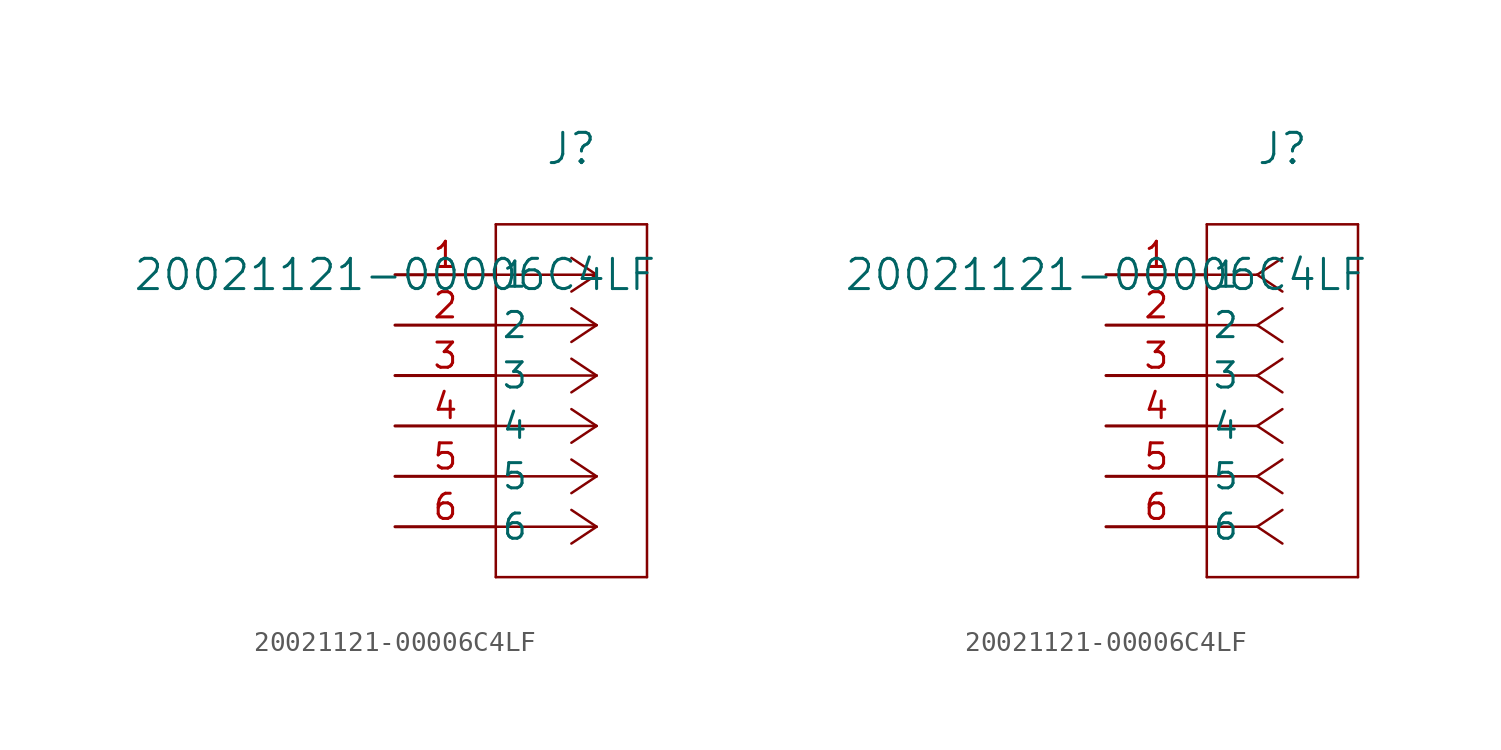
<source format=kicad_sym>
(kicad_symbol_lib
  (version 20211014)
  (generator kicad_symbol_editor)
  (symbol "20021121-00006C4LF"
    (pin_names
      (offset 0.254))
    (property "Reference" "J"
      (at 8.89 6.35 0)
      (effects (font (size 1.524 1.524))))
    (property "Value" "20021121-00006C4LF"
      (at 0 0 0)
      (effects (font (size 1.524 1.524))))
    (symbol "20021121-00006C4LF_1_1"
      (polyline (pts (xy 10.16 0) (xy 5.08 0)) (stroke (width 0.127) (type default) (color 0 0 0 0)) (fill (type none)))
      (polyline (pts (xy 10.16 -2.54) (xy 5.08 -2.54)) (stroke (width 0.127) (type default) (color 0 0 0 0)) (fill (type none)))
      (polyline (pts (xy 10.16 -5.08) (xy 5.08 -5.08)) (stroke (width 0.127) (type default) (color 0 0 0 0)) (fill (type none)))
      (polyline (pts (xy 10.16 -7.62) (xy 5.08 -7.62)) (stroke (width 0.127) (type default) (color 0 0 0 0)) (fill (type none)))
      (polyline (pts (xy 10.16 -10.16) (xy 5.08 -10.16)) (stroke (width 0.127) (type default) (color 0 0 0 0)) (fill (type none)))
      (polyline (pts (xy 10.16 -12.7) (xy 5.08 -12.7)) (stroke (width 0.127) (type default) (color 0 0 0 0)) (fill (type none)))
      (polyline (pts (xy 10.16 0) (xy 8.89 0.847)) (stroke (width 0.127) (type default) (color 0 0 0 0)) (fill (type none)))
      (polyline (pts (xy 10.16 -2.54) (xy 8.89 -1.693)) (stroke (width 0.127) (type default) (color 0 0 0 0)) (fill (type none)))
      (polyline (pts (xy 10.16 -5.08) (xy 8.89 -4.233)) (stroke (width 0.127) (type default) (color 0 0 0 0)) (fill (type none)))
      (polyline (pts (xy 10.16 -7.62) (xy 8.89 -6.773)) (stroke (width 0.127) (type default) (color 0 0 0 0)) (fill (type none)))
      (polyline (pts (xy 10.16 -10.16) (xy 8.89 -9.313)) (stroke (width 0.127) (type default) (color 0 0 0 0)) (fill (type none)))
      (polyline (pts (xy 10.16 -12.7) (xy 8.89 -11.853)) (stroke (width 0.127) (type default) (color 0 0 0 0)) (fill (type none)))
      (polyline (pts (xy 10.16 0) (xy 8.89 -0.847)) (stroke (width 0.127) (type default) (color 0 0 0 0)) (fill (type none)))
      (polyline (pts (xy 10.16 -2.54) (xy 8.89 -3.387)) (stroke (width 0.127) (type default) (color 0 0 0 0)) (fill (type none)))
      (polyline (pts (xy 10.16 -5.08) (xy 8.89 -5.927)) (stroke (width 0.127) (type default) (color 0 0 0 0)) (fill (type none)))
      (polyline (pts (xy 10.16 -7.62) (xy 8.89 -8.467)) (stroke (width 0.127) (type default) (color 0 0 0 0)) (fill (type none)))
      (polyline (pts (xy 10.16 -10.16) (xy 8.89 -11.007)) (stroke (width 0.127) (type default) (color 0 0 0 0)) (fill (type none)))
      (polyline (pts (xy 10.16 -12.7) (xy 8.89 -13.547)) (stroke (width 0.127) (type default) (color 0 0 0 0)) (fill (type none)))
      (polyline (pts (xy 5.08 2.54) (xy 5.08 -15.24)) (stroke (width 0.127) (type default) (color 0 0 0 0)) (fill (type none)))
      (polyline (pts (xy 5.08 -15.24) (xy 12.7 -15.24)) (stroke (width 0.127) (type default) (color 0 0 0 0)) (fill (type none)))
      (polyline (pts (xy 12.7 -15.24) (xy 12.7 2.54)) (stroke (width 0.127) (type default) (color 0 0 0 0)) (fill (type none)))
      (polyline (pts (xy 12.7 2.54) (xy 5.08 2.54)) (stroke (width 0.127) (type default) (color 0 0 0 0)) (fill (type none)))
      (pin unspecified line (at 0 0 0) (length 5.08) (name "1" (effects (font (size 1.27 1.27)))) (number "1" (effects (font (size 1.27 1.27)))))
      (pin unspecified line (at 0 -2.54 0) (length 5.08) (name "2" (effects (font (size 1.27 1.27)))) (number "2" (effects (font (size 1.27 1.27)))))
      (pin unspecified line (at 0 -5.08 0) (length 5.08) (name "3" (effects (font (size 1.27 1.27)))) (number "3" (effects (font (size 1.27 1.27)))))
      (pin unspecified line (at 0 -7.62 0) (length 5.08) (name "4" (effects (font (size 1.27 1.27)))) (number "4" (effects (font (size 1.27 1.27)))))
      (pin unspecified line (at 0 -10.16 0) (length 5.08) (name "5" (effects (font (size 1.27 1.27)))) (number "5" (effects (font (size 1.27 1.27)))))
      (pin unspecified line (at 0 -12.7 0) (length 5.08) (name "6" (effects (font (size 1.27 1.27)))) (number "6" (effects (font (size 1.27 1.27))))))
    (symbol "20021121-00006C4LF_1_2"
      (polyline (pts (xy 7.62 0) (xy 5.08 0)) (stroke (width 0.127) (type default) (color 0 0 0 0)) (fill (type none)))
      (polyline (pts (xy 7.62 -2.54) (xy 5.08 -2.54)) (stroke (width 0.127) (type default) (color 0 0 0 0)) (fill (type none)))
      (polyline (pts (xy 7.62 -5.08) (xy 5.08 -5.08)) (stroke (width 0.127) (type default) (color 0 0 0 0)) (fill (type none)))
      (polyline (pts (xy 7.62 -7.62) (xy 5.08 -7.62)) (stroke (width 0.127) (type default) (color 0 0 0 0)) (fill (type none)))
      (polyline (pts (xy 7.62 -10.16) (xy 5.08 -10.16)) (stroke (width 0.127) (type default) (color 0 0 0 0)) (fill (type none)))
      (polyline (pts (xy 7.62 -12.7) (xy 5.08 -12.7)) (stroke (width 0.127) (type default) (color 0 0 0 0)) (fill (type none)))
      (polyline (pts (xy 7.62 0) (xy 8.89 0.847)) (stroke (width 0.127) (type default) (color 0 0 0 0)) (fill (type none)))
      (polyline (pts (xy 7.62 -2.54) (xy 8.89 -1.693)) (stroke (width 0.127) (type default) (color 0 0 0 0)) (fill (type none)))
      (polyline (pts (xy 7.62 -5.08) (xy 8.89 -4.233)) (stroke (width 0.127) (type default) (color 0 0 0 0)) (fill (type none)))
      (polyline (pts (xy 7.62 -7.62) (xy 8.89 -6.773)) (stroke (width 0.127) (type default) (color 0 0 0 0)) (fill (type none)))
      (polyline (pts (xy 7.62 -10.16) (xy 8.89 -9.313)) (stroke (width 0.127) (type default) (color 0 0 0 0)) (fill (type none)))
      (polyline (pts (xy 7.62 -12.7) (xy 8.89 -11.853)) (stroke (width 0.127) (type default) (color 0 0 0 0)) (fill (type none)))
      (polyline (pts (xy 7.62 0) (xy 8.89 -0.847)) (stroke (width 0.127) (type default) (color 0 0 0 0)) (fill (type none)))
      (polyline (pts (xy 7.62 -2.54) (xy 8.89 -3.387)) (stroke (width 0.127) (type default) (color 0 0 0 0)) (fill (type none)))
      (polyline (pts (xy 7.62 -5.08) (xy 8.89 -5.927)) (stroke (width 0.127) (type default) (color 0 0 0 0)) (fill (type none)))
      (polyline (pts (xy 7.62 -7.62) (xy 8.89 -8.467)) (stroke (width 0.127) (type default) (color 0 0 0 0)) (fill (type none)))
      (polyline (pts (xy 7.62 -10.16) (xy 8.89 -11.007)) (stroke (width 0.127) (type default) (color 0 0 0 0)) (fill (type none)))
      (polyline (pts (xy 7.62 -12.7) (xy 8.89 -13.547)) (stroke (width 0.127) (type default) (color 0 0 0 0)) (fill (type none)))
      (polyline (pts (xy 5.08 2.54) (xy 5.08 -15.24)) (stroke (width 0.127) (type default) (color 0 0 0 0)) (fill (type none)))
      (polyline (pts (xy 5.08 -15.24) (xy 12.7 -15.24)) (stroke (width 0.127) (type default) (color 0 0 0 0)) (fill (type none)))
      (polyline (pts (xy 12.7 -15.24) (xy 12.7 2.54)) (stroke (width 0.127) (type default) (color 0 0 0 0)) (fill (type none)))
      (polyline (pts (xy 12.7 2.54) (xy 5.08 2.54)) (stroke (width 0.127) (type default) (color 0 0 0 0)) (fill (type none)))
      (pin unspecified line (at 0 0 0) (length 5.08) (name "1" (effects (font (size 1.27 1.27)))) (number "1" (effects (font (size 1.27 1.27)))))
      (pin unspecified line (at 0 -2.54 0) (length 5.08) (name "2" (effects (font (size 1.27 1.27)))) (number "2" (effects (font (size 1.27 1.27)))))
      (pin unspecified line (at 0 -5.08 0) (length 5.08) (name "3" (effects (font (size 1.27 1.27)))) (number "3" (effects (font (size 1.27 1.27)))))
      (pin unspecified line (at 0 -7.62 0) (length 5.08) (name "4" (effects (font (size 1.27 1.27)))) (number "4" (effects (font (size 1.27 1.27)))))
      (pin unspecified line (at 0 -10.16 0) (length 5.08) (name "5" (effects (font (size 1.27 1.27)))) (number "5" (effects (font (size 1.27 1.27)))))
      (pin unspecified line (at 0 -12.7 0) (length 5.08) (name "6" (effects (font (size 1.27 1.27)))) (number "6" (effects (font (size 1.27 1.27))))))))
</source>
